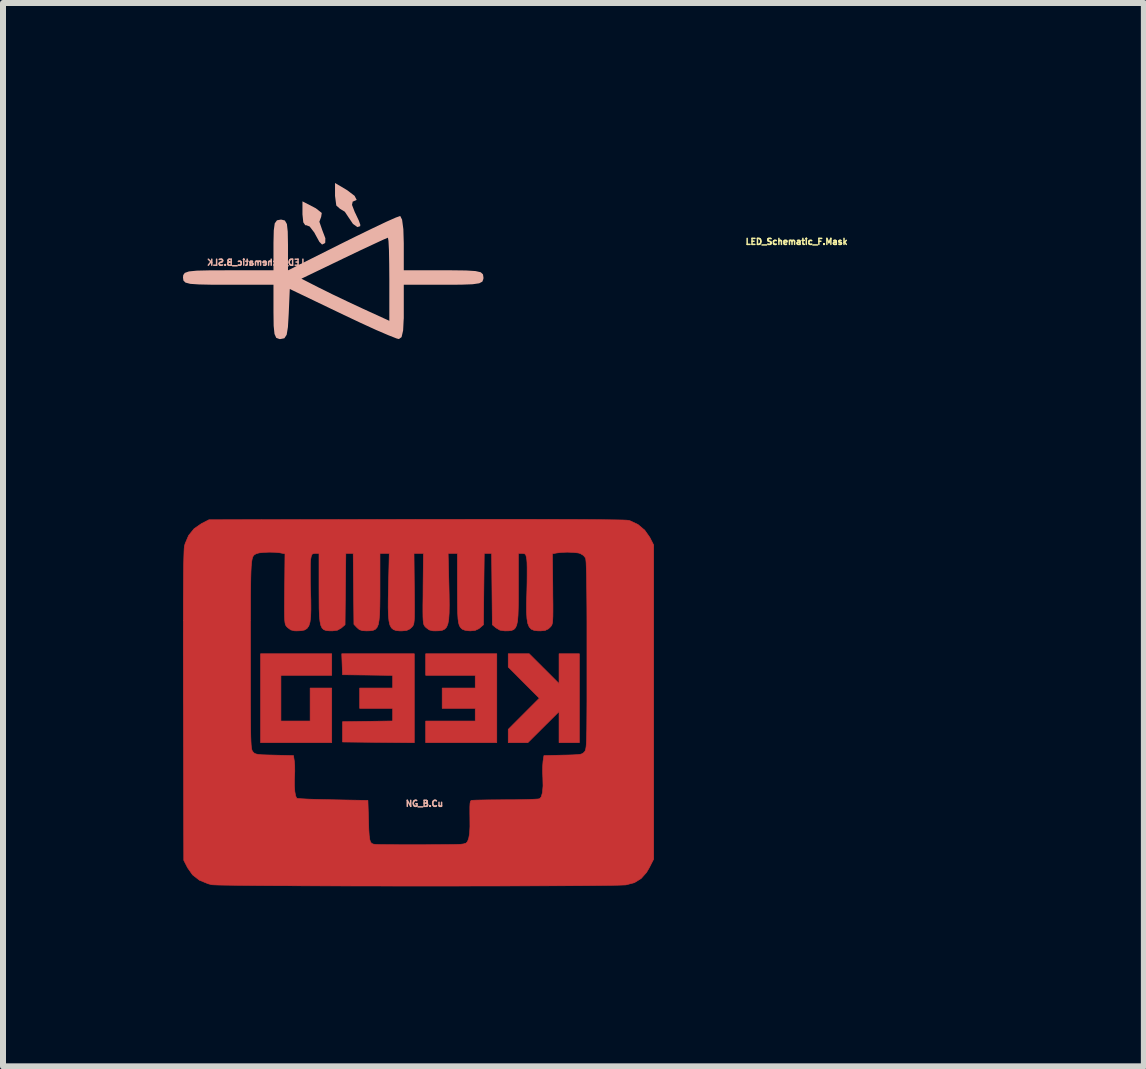
<source format=kicad_pcb>
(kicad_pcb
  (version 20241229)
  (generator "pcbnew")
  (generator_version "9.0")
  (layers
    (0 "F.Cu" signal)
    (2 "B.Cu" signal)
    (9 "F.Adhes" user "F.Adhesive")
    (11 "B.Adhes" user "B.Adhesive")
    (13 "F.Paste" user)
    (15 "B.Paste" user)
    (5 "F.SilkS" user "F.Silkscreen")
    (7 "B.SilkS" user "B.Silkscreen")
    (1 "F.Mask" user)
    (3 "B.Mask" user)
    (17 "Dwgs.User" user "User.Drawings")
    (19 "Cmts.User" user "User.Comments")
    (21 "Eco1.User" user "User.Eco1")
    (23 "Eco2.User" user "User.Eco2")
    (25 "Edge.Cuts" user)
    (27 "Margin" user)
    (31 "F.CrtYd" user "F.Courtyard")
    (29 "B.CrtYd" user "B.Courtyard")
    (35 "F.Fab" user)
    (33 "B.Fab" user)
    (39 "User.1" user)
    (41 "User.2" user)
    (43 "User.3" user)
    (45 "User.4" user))
  (footprint "LED_Schematic_B.SLK"
    (layer "F.Cu")
    (at 2.534 1.274)
    (property "Reference" "LED_Schematic_B.SLK" (at -1.321 0.051 0) (layer "B.SilkS") (effects (font (size 0.1 0.1) (thickness 0.025)) (justify mirror)))
    (attr board_only exclude_from_pos_files exclude_from_bom)
    (fp_poly (pts (xy -0.543 -0.752) (xy -0.529 -0.618) (xy -0.495 -0.568) (xy -0.485 -0.572) (xy -0.423 -0.549) (xy -0.344 -0.446) (xy -0.333 -0.424) (xy -0.261 -0.293) (xy -0.216 -0.248) (xy -0.174 -0.268) (xy -0.163 -0.279) (xy -0.161 -0.353) (xy -0.209 -0.479) (xy -0.21 -0.481) (xy -0.261 -0.628) (xy -0.231 -0.71) (xy -0.221 -0.774) (xy -0.319 -0.852) (xy -0.355 -0.871) (xy -0.543 -0.968)) (stroke (width 0) (type solid)) (fill yes) (layer "B.SilkS"))
    (fp_poly (pts (xy 0 -1.059) (xy 0.021 -0.899) (xy 0.081 -0.845) (xy 0.163 -0.795) (xy 0.23 -0.694) (xy 0.299 -0.592) (xy 0.373 -0.539) (xy 0.419 -0.554) (xy 0.422 -0.576) (xy 0.397 -0.647) (xy 0.336 -0.776) (xy 0.33 -0.787) (xy 0.283 -0.909) (xy 0.295 -0.965) (xy 0.3 -0.965) (xy 0.361 -0.992) (xy 0.326 -1.06) (xy 0.204 -1.153) (xy 0.181 -1.167) (xy 0 -1.274)) (stroke (width 0) (type solid)) (fill yes) (layer "B.SilkS"))
    (fp_poly (pts (xy 1.013 -0.698) (xy 0.853 -0.627) (xy 0.624 -0.518) (xy 0.344 -0.382) (xy 0.12 -0.271) (xy -0.784 0.182) (xy -0.784 -0.241) (xy -0.788 -0.463) (xy -0.802 -0.59) (xy -0.836 -0.649) (xy -0.895 -0.664) (xy -0.905 -0.664) (xy -0.968 -0.652) (xy -1.005 -0.601) (xy -1.021 -0.484) (xy -1.026 -0.275) (xy -1.026 -0.241) (xy -1.026 0.181) (xy -1.78 0.181) (xy -2.093 0.182) (xy -2.305 0.187) (xy -2.435 0.2) (xy -2.504 0.224) (xy -2.53 0.261) (xy -2.534 0.302) (xy -2.527 0.352) (xy -2.493 0.386) (xy -2.413 0.407) (xy -2.267 0.417) (xy -2.036 0.422) (xy -1.78 0.422) (xy -1.026 0.422) (xy -1.026 0.875) (xy -1.023 1.106) (xy -1.009 1.242) (xy -0.98 1.307) (xy -0.926 1.327) (xy -0.908 1.327) (xy -0.844 1.314) (xy -0.806 1.256) (xy -0.785 1.128) (xy -0.772 0.91) (xy -0.754 0.493) (xy 0.115 0.91) (xy 0.415 1.052) (xy 0.681 1.174) (xy 0.893 1.265) (xy 1.028 1.318) (xy 1.065 1.327) (xy 1.109 1.295) (xy 1.135 1.184) (xy 1.143 1.023) (xy 0.905 1.023) (xy 0.468 0.823) (xy 0.209 0.702) (xy -0.053 0.577) (xy -0.262 0.473) (xy -0.265 0.472) (xy -0.56 0.321) (xy 0.15 -0.021) (xy 0.415 -0.148) (xy 0.64 -0.253) (xy 0.801 -0.328) (xy 0.879 -0.361) (xy 0.882 -0.362) (xy 0.891 -0.306) (xy 0.899 -0.152) (xy 0.903 0.074) (xy 0.905 0.33) (xy 0.905 1.023) (xy 1.143 1.023) (xy 1.146 0.979) (xy 1.146 0.875) (xy 1.146 0.422) (xy 1.81 0.422) (xy 2.1 0.421) (xy 2.291 0.414) (xy 2.403 0.398) (xy 2.456 0.37) (xy 2.473 0.324) (xy 2.474 0.302) (xy 2.466 0.249) (xy 2.429 0.214) (xy 2.342 0.194) (xy 2.185 0.184) (xy 1.935 0.181) (xy 1.81 0.181) (xy 1.146 0.181) (xy 1.146 -0.271) (xy 1.139 -0.503) (xy 1.118 -0.662) (xy 1.087 -0.724) (xy 1.085 -0.724)) (stroke (width 0) (type solid)) (fill yes) (layer "B.SilkS")))
  (footprint "NG_B.Cu"
    (layer "F.Cu")
    (at 4.024 8.439)
    (property "Reference" "NG_B.Cu" (at 0 1.905 0) (layer "B.SilkS") (effects (font (size 0.1 0.1) (thickness 0.025))))
    (attr board_only exclude_from_pos_files exclude_from_bom)
    (fp_poly (pts (xy -2.731 0.889) (xy -1.545 0.889) (xy -1.545 -0.021) (xy -1.905 -0.021) (xy -1.905 0.529) (xy -2.392 0.529) (xy -2.392 -0.233) (xy -1.545 -0.233) (xy -1.545 -0.593) (xy -2.731 -0.593) (xy -2.731 0.889)) (stroke (width 0.01) (type solid)) (fill yes) (layer "F.Cu"))
    (fp_poly (pts (xy 0.021 -0.233) (xy 0.847 -0.233) (xy 0.847 -0.021) (xy 0.296 -0.021) (xy 0.296 0.318) (xy 0.847 0.318) (xy 0.847 0.529) (xy 0.021 0.529) (xy 0.021 0.889) (xy 1.206 0.889) (xy 1.206 -0.593) (xy 0.021 -0.593) (xy 0.021 -0.233)) (stroke (width 0.01) (type solid)) (fill yes) (layer "F.Cu"))
    (fp_poly (pts (xy -1.365 -0.243) (xy -0.947 -0.238) (xy -0.529 -0.232) (xy -0.529 -0.021) (xy -1.079 -0.021) (xy -1.079 0.318) (xy -0.529 0.318) (xy -0.529 0.528) (xy -0.947 0.534) (xy -1.365 0.54) (xy -1.365 0.878) (xy -0.169 0.89) (xy -0.169 -0.593) (xy -1.378 -0.593) (xy -1.365 -0.243)) (stroke (width 0.01) (type solid)) (fill yes) (layer "F.Cu"))
    (fp_poly (pts (xy 2.244 -0.096) (xy 1.746 -0.593) (xy 1.397 -0.593) (xy 1.397 -0.371) (xy 1.656 -0.111) (xy 1.915 0.148) (xy 1.397 0.667) (xy 1.397 0.889) (xy 1.724 0.889) (xy 2.244 0.371) (xy 2.244 0.889) (xy 2.582 0.889) (xy 2.582 -0.593) (xy 2.244 -0.593) (xy 2.244 -0.096)) (stroke (width 0.01) (type solid)) (fill yes) (layer "F.Cu"))
    (fp_poly (pts (xy 0.889 -2.833) (xy 0.417 -2.832) (xy -0.097 -2.832) (xy -0.133 -2.832) (xy -3.591 -2.826) (xy -3.716 -2.762) (xy -3.839 -2.677) (xy -3.931 -2.563) (xy -3.99 -2.424) (xy -4 -2.384) (xy -4.004 -2.35) (xy -4.007 -2.287) (xy -4.01 -2.193) (xy -4.013 -2.069) (xy -4.015 -1.912) (xy -4.016 -1.721) (xy -4.018 -1.495) (xy -4.018 -1.232) (xy -4.019 -0.933) (xy -4.019 -0.595) (xy -4.018 -0.217) (xy -4.018 0.201) (xy -4.017 0.29) (xy -4.011 2.85) (xy -3.947 2.975) (xy -3.864 3.093) (xy -3.75 3.182) (xy -3.605 3.241) (xy -3.543 3.257) (xy -3.508 3.259) (xy -3.434 3.262) (xy -3.323 3.264) (xy -3.178 3.266) (xy -3.002 3.268) (xy -2.798 3.27) (xy -2.568 3.272) (xy -2.315 3.273) (xy -2.043 3.275) (xy -1.753 3.276) (xy -1.448 3.277) (xy -1.132 3.278) (xy -0.808 3.278) (xy -0.477 3.279) (xy -0.143 3.279) (xy 0.192 3.279) (xy 0.524 3.279) (xy 0.851 3.278) (xy 1.17 3.278) (xy 1.478 3.277) (xy 1.773 3.276) (xy 2.052 3.275) (xy 2.311 3.274) (xy 2.548 3.273) (xy 2.761 3.271) (xy 2.947 3.269) (xy 3.102 3.267) (xy 3.224 3.265) (xy 3.31 3.262) (xy 3.357 3.26) (xy 3.362 3.259) (xy 3.499 3.223) (xy 3.611 3.154) (xy 3.702 3.052) (xy 3.747 2.975) (xy 3.821 2.83) (xy 3.821 -0.573) (xy 2.709 -0.573) (xy 2.709 -0.278) (xy 2.709 -0.023) (xy 2.709 0.196) (xy 2.708 0.382) (xy 2.707 0.536) (xy 2.706 0.663) (xy 2.704 0.766) (xy 2.702 0.846) (xy 2.699 0.908) (xy 2.695 0.954) (xy 2.69 0.987) (xy 2.685 1.01) (xy 2.679 1.025) (xy 2.672 1.037) (xy 2.669 1.04) (xy 2.651 1.059) (xy 2.63 1.073) (xy 2.598 1.083) (xy 2.548 1.089) (xy 2.472 1.093) (xy 2.365 1.096) (xy 2.31 1.097) (xy 1.992 1.105) (xy 1.977 1.201) (xy 1.972 1.269) (xy 1.97 1.361) (xy 1.973 1.459) (xy 1.974 1.474) (xy 1.977 1.611) (xy 1.968 1.718) (xy 1.948 1.791) (xy 1.922 1.823) (xy 1.894 1.828) (xy 1.83 1.832) (xy 1.735 1.836) (xy 1.616 1.839) (xy 1.478 1.841) (xy 1.351 1.841) (xy 1.203 1.842) (xy 1.067 1.843) (xy 0.951 1.845) (xy 0.861 1.847) (xy 0.801 1.85) (xy 0.78 1.852) (xy 0.768 1.866) (xy 0.76 1.902) (xy 0.757 1.964) (xy 0.757 2.06) (xy 0.758 2.133) (xy 0.759 2.287) (xy 0.753 2.402) (xy 0.739 2.48) (xy 0.737 2.487) (xy 0.718 2.538) (xy 0.694 2.564) (xy 0.651 2.577) (xy 0.603 2.583) (xy 0.561 2.585) (xy 0.483 2.587) (xy 0.376 2.588) (xy 0.247 2.589) (xy 0.102 2.59) (xy -0.051 2.591) (xy -0.208 2.591) (xy -0.36 2.591) (xy -0.501 2.59) (xy -0.624 2.589) (xy -0.723 2.588) (xy -0.791 2.586) (xy -0.815 2.585) (xy -0.852 2.58) (xy -0.88 2.568) (xy -0.899 2.544) (xy -0.912 2.5) (xy -0.921 2.432) (xy -0.927 2.334) (xy -0.931 2.199) (xy -0.931 2.197) (xy -0.942 1.852) (xy -1.528 1.841) (xy -1.681 1.838) (xy -1.821 1.834) (xy -1.94 1.83) (xy -2.035 1.825) (xy -2.1 1.821) (xy -2.128 1.816) (xy -2.128 1.816) (xy -2.147 1.776) (xy -2.16 1.704) (xy -2.167 1.61) (xy -2.167 1.504) (xy -2.165 1.46) (xy -2.161 1.365) (xy -2.162 1.272) (xy -2.168 1.201) (xy -2.168 1.201) (xy -2.182 1.105) (xy -2.501 1.097) (xy -2.623 1.094) (xy -2.711 1.091) (xy -2.77 1.085) (xy -2.809 1.077) (xy -2.834 1.066) (xy -2.852 1.049) (xy -2.859 1.04) (xy -2.867 1.029) (xy -2.874 1.016) (xy -2.879 0.996) (xy -2.884 0.967) (xy -2.888 0.926) (xy -2.891 0.87) (xy -2.894 0.797) (xy -2.896 0.702) (xy -2.897 0.585) (xy -2.898 0.44) (xy -2.899 0.266) (xy -2.899 0.06) (xy -2.899 -0.181) (xy -2.899 -0.461) (xy -2.899 -0.59) (xy -2.899 -0.89) (xy -2.899 -1.15) (xy -2.898 -1.374) (xy -2.898 -1.564) (xy -2.896 -1.724) (xy -2.894 -1.855) (xy -2.891 -1.962) (xy -2.887 -2.046) (xy -2.881 -2.111) (xy -2.874 -2.159) (xy -2.866 -2.194) (xy -2.855 -2.218) (xy -2.843 -2.235) (xy -2.829 -2.246) (xy -2.812 -2.255) (xy -2.801 -2.261) (xy -2.754 -2.274) (xy -2.678 -2.282) (xy -2.587 -2.286) (xy -2.494 -2.284) (xy -2.413 -2.276) (xy -2.392 -2.272) (xy -2.324 -2.259) (xy -2.329 -1.727) (xy -2.331 -1.546) (xy -2.332 -1.402) (xy -2.332 -1.291) (xy -2.331 -1.207) (xy -2.328 -1.147) (xy -2.323 -1.105) (xy -2.316 -1.077) (xy -2.306 -1.058) (xy -2.293 -1.042) (xy -2.276 -1.026) (xy -2.227 -0.99) (xy -2.166 -0.975) (xy -2.127 -0.974) (xy -2.056 -0.977) (xy -2 -0.988) (xy -1.958 -1.013) (xy -1.927 -1.056) (xy -1.907 -1.12) (xy -1.896 -1.211) (xy -1.892 -1.332) (xy -1.893 -1.488) (xy -1.897 -1.615) (xy -1.901 -1.756) (xy -1.902 -1.888) (xy -1.902 -2.005) (xy -1.901 -2.097) (xy -1.897 -2.157) (xy -1.896 -2.165) (xy -1.885 -2.225) (xy -1.869 -2.255) (xy -1.841 -2.264) (xy -1.819 -2.265) (xy -1.757 -2.265) (xy -1.757 -1.692) (xy -1.756 -1.499) (xy -1.755 -1.344) (xy -1.75 -1.223) (xy -1.741 -1.132) (xy -1.727 -1.066) (xy -1.706 -1.021) (xy -1.677 -0.994) (xy -1.638 -0.98) (xy -1.589 -0.975) (xy -1.534 -0.974) (xy -1.45 -0.985) (xy -1.384 -1.023) (xy -1.382 -1.025) (xy -1.323 -1.076) (xy -1.317 -1.67) (xy -1.31 -2.265) (xy -1.187 -2.265) (xy -1.181 -1.674) (xy -1.175 -1.083) (xy -1.123 -1.028) (xy -1.083 -0.994) (xy -1.034 -0.978) (xy -0.965 -0.974) (xy -0.904 -0.976) (xy -0.856 -0.983) (xy -0.818 -1) (xy -0.79 -1.031) (xy -0.769 -1.08) (xy -0.756 -1.152) (xy -0.747 -1.25) (xy -0.743 -1.378) (xy -0.741 -1.542) (xy -0.741 -1.692) (xy -0.741 -2.265) (xy -0.586 -2.265) (xy -0.599 -1.711) (xy -0.603 -1.515) (xy -0.604 -1.357) (xy -0.6 -1.233) (xy -0.591 -1.139) (xy -0.575 -1.071) (xy -0.551 -1.025) (xy -0.517 -0.996) (xy -0.473 -0.98) (xy -0.417 -0.974) (xy -0.371 -0.974) (xy -0.296 -0.981) (xy -0.244 -1.006) (xy -0.221 -1.026) (xy -0.205 -1.042) (xy -0.192 -1.058) (xy -0.182 -1.078) (xy -0.175 -1.107) (xy -0.17 -1.15) (xy -0.167 -1.211) (xy -0.166 -1.295) (xy -0.166 -1.408) (xy -0.167 -1.553) (xy -0.169 -1.735) (xy -0.169 -1.741) (xy -0.174 -2.265) (xy -0.016 -2.265) (xy -0.022 -1.73) (xy -0.023 -1.548) (xy -0.025 -1.404) (xy -0.025 -1.292) (xy -0.024 -1.209) (xy -0.021 -1.148) (xy -0.016 -1.106) (xy -0.009 -1.077) (xy 0.001 -1.058) (xy 0.014 -1.042) (xy 0.03 -1.026) (xy 0.031 -1.026) (xy 0.08 -0.99) (xy 0.141 -0.975) (xy 0.18 -0.974) (xy 0.246 -0.976) (xy 0.298 -0.984) (xy 0.339 -1.004) (xy 0.37 -1.038) (xy 0.391 -1.091) (xy 0.405 -1.168) (xy 0.412 -1.271) (xy 0.414 -1.406) (xy 0.412 -1.576) (xy 0.409 -1.712) (xy 0.395 -2.265) (xy 0.55 -2.265) (xy 0.55 -1.692) (xy 0.551 -1.511) (xy 0.552 -1.368) (xy 0.555 -1.257) (xy 0.56 -1.173) (xy 0.569 -1.112) (xy 0.58 -1.069) (xy 0.596 -1.038) (xy 0.616 -1.015) (xy 0.633 -1.001) (xy 0.674 -0.985) (xy 0.737 -0.976) (xy 0.766 -0.974) (xy 0.846 -0.982) (xy 0.906 -1.01) (xy 0.925 -1.025) (xy 0.984 -1.076) (xy 0.99 -1.67) (xy 0.997 -2.265) (xy 1.12 -2.265) (xy 1.126 -1.67) (xy 1.132 -1.076) (xy 1.192 -1.025) (xy 1.258 -0.986) (xy 1.34 -0.974) (xy 1.344 -0.974) (xy 1.403 -0.975) (xy 1.451 -0.981) (xy 1.489 -0.996) (xy 1.517 -1.025) (xy 1.538 -1.071) (xy 1.552 -1.139) (xy 1.56 -1.233) (xy 1.564 -1.357) (xy 1.566 -1.515) (xy 1.566 -1.692) (xy 1.566 -2.265) (xy 1.629 -2.265) (xy 1.667 -2.261) (xy 1.688 -2.244) (xy 1.7 -2.2) (xy 1.706 -2.164) (xy 1.71 -2.113) (xy 1.712 -2.027) (xy 1.712 -1.915) (xy 1.711 -1.785) (xy 1.708 -1.646) (xy 1.707 -1.614) (xy 1.702 -1.432) (xy 1.702 -1.288) (xy 1.709 -1.177) (xy 1.723 -1.096) (xy 1.746 -1.04) (xy 1.78 -1.003) (xy 1.826 -0.983) (xy 1.886 -0.975) (xy 1.936 -0.974) (xy 2.011 -0.981) (xy 2.063 -1.006) (xy 2.086 -1.026) (xy 2.103 -1.043) (xy 2.116 -1.059) (xy 2.126 -1.079) (xy 2.134 -1.109) (xy 2.138 -1.153) (xy 2.141 -1.215) (xy 2.142 -1.3) (xy 2.142 -1.415) (xy 2.14 -1.562) (xy 2.139 -1.727) (xy 2.133 -2.259) (xy 2.201 -2.272) (xy 2.283 -2.282) (xy 2.382 -2.286) (xy 2.48 -2.282) (xy 2.562 -2.273) (xy 2.597 -2.264) (xy 2.651 -2.231) (xy 2.685 -2.189) (xy 2.69 -2.164) (xy 2.695 -2.11) (xy 2.698 -2.027) (xy 2.702 -1.913) (xy 2.704 -1.766) (xy 2.706 -1.584) (xy 2.708 -1.367) (xy 2.709 -1.111) (xy 2.709 -0.815) (xy 2.709 -0.573) (xy 3.821 -0.573) (xy 3.821 -2.405) (xy 3.757 -2.531) (xy 3.672 -2.652) (xy 3.558 -2.748) (xy 3.425 -2.81) (xy 3.407 -2.815) (xy 3.375 -2.819) (xy 3.305 -2.822) (xy 3.196 -2.824) (xy 3.048 -2.826) (xy 2.86 -2.828) (xy 2.633 -2.83) (xy 2.366 -2.831) (xy 2.058 -2.832) (xy 1.71 -2.833) (xy 1.32 -2.833) (xy 0.889 -2.833)) (stroke (width 0.01) (type solid)) (fill yes) (layer "F.Cu")))
  (footprint "LED_Schematic_F.Mask"
    (layer "F.Cu")
    (at 10.481 0.724)
    (property "Reference" "LED_Schematic_F.Mask" (at -0.254 0.254 180) (layer "F.SilkS") (effects (font (size 0.1 0.1) (thickness 0.025))))
    (attr board_only exclude_from_pos_files exclude_from_bom)
    (fp_poly (pts (xy -1.013 -0.698) (xy -0.853 -0.627) (xy -0.624 -0.518) (xy -0.344 -0.382) (xy -0.12 -0.271) (xy 0.784 0.182) (xy 0.784 -0.241) (xy 0.788 -0.463) (xy 0.802 -0.59) (xy 0.836 -0.649) (xy 0.895 -0.664) (xy 0.905 -0.664) (xy 0.968 -0.652) (xy 1.005 -0.601) (xy 1.021 -0.484) (xy 1.026 -0.275) (xy 1.026 -0.241) (xy 1.026 0.181) (xy 1.78 0.181) (xy 2.093 0.182) (xy 2.305 0.187) (xy 2.435 0.2) (xy 2.504 0.224) (xy 2.53 0.261) (xy 2.534 0.302) (xy 2.527 0.352) (xy 2.493 0.386) (xy 2.413 0.407) (xy 2.267 0.417) (xy 2.036 0.422) (xy 1.78 0.422) (xy 1.026 0.422) (xy 1.026 0.875) (xy 1.023 1.106) (xy 1.009 1.242) (xy 0.98 1.307) (xy 0.926 1.327) (xy 0.908 1.327) (xy 0.844 1.314) (xy 0.806 1.256) (xy 0.785 1.128) (xy 0.772 0.91) (xy 0.754 0.493) (xy -0.115 0.91) (xy -0.415 1.052) (xy -0.681 1.174) (xy -0.893 1.265) (xy -1.028 1.318) (xy -1.065 1.327) (xy -1.109 1.295) (xy -1.135 1.184) (xy -1.143 1.023) (xy -0.905 1.023) (xy -0.468 0.823) (xy -0.209 0.702) (xy 0.053 0.577) (xy 0.262 0.473) (xy 0.265 0.472) (xy 0.56 0.321) (xy -0.15 -0.021) (xy -0.415 -0.148) (xy -0.64 -0.253) (xy -0.801 -0.328) (xy -0.879 -0.361) (xy -0.882 -0.362) (xy -0.891 -0.306) (xy -0.899 -0.152) (xy -0.903 0.074) (xy -0.905 0.33) (xy -0.905 1.023) (xy -1.143 1.023) (xy -1.146 0.979) (xy -1.146 0.875) (xy -1.146 0.422) (xy -1.81 0.422) (xy -2.1 0.421) (xy -2.291 0.414) (xy -2.403 0.398) (xy -2.456 0.37) (xy -2.473 0.324) (xy -2.474 0.302) (xy -2.466 0.249) (xy -2.429 0.214) (xy -2.342 0.194) (xy -2.185 0.184) (xy -1.935 0.181) (xy -1.81 0.181) (xy -1.146 0.181) (xy -1.146 -0.271) (xy -1.139 -0.503) (xy -1.118 -0.662) (xy -1.087 -0.724) (xy -1.085 -0.724)) (stroke (width 0) (type solid)) (fill yes) (layer "F.Mask")))
  (gr_rect
    (start -3 -3)
    (end 16.015 14.723)
    (stroke (width 0.1) (type default))
    (fill no)
    (layer "Edge.Cuts")))
</source>
